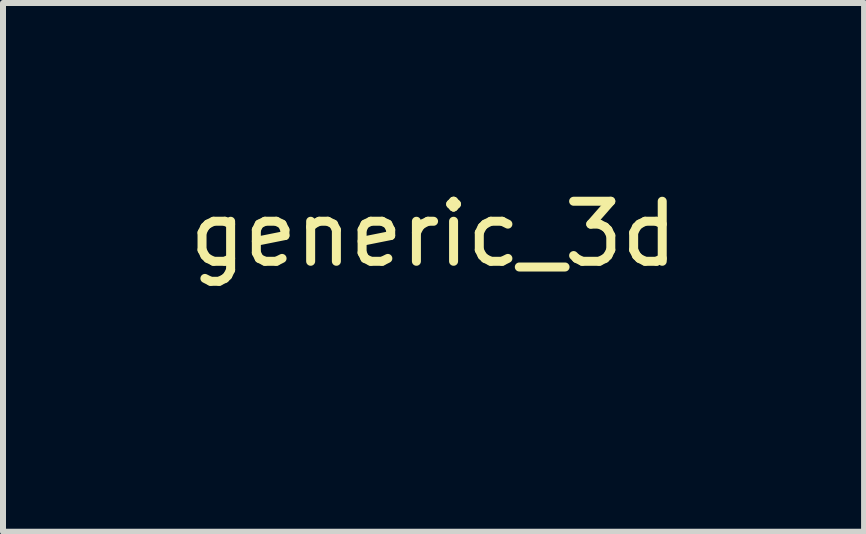
<source format=kicad_pcb>
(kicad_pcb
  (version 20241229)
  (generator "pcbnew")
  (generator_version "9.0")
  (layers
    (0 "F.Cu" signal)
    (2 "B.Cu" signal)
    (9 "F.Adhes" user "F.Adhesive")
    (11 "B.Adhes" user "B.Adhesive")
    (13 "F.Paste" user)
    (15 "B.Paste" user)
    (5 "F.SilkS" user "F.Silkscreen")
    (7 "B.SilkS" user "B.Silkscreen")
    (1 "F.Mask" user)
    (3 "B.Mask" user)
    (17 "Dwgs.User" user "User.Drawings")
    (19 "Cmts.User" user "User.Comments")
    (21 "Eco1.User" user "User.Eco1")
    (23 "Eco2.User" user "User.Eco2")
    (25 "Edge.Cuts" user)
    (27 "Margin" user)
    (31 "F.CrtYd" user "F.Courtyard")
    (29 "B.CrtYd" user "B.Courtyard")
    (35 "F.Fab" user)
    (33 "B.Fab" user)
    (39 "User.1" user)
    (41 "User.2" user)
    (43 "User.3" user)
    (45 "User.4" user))
  (footprint "generic_3d"
    (layer "F.Cu")
    (at 4.173 2.548)
    (property "Reference" "generic_3d" (at 0 -1.7 0) (layer "F.SilkS") (effects (font (size 1 1) (thickness 0.15))))
    (attr through_hole)
    (fp_circle (center 0 0) (end 0.2 0) (stroke (width 0.12) (type solid)) (fill no) (layer "Eco1.User")))
  (gr_rect
    (start -3 -3)
    (end 11.345 5.808)
    (stroke (width 0.1) (type default))
    (fill no)
    (layer "Edge.Cuts")))
</source>
